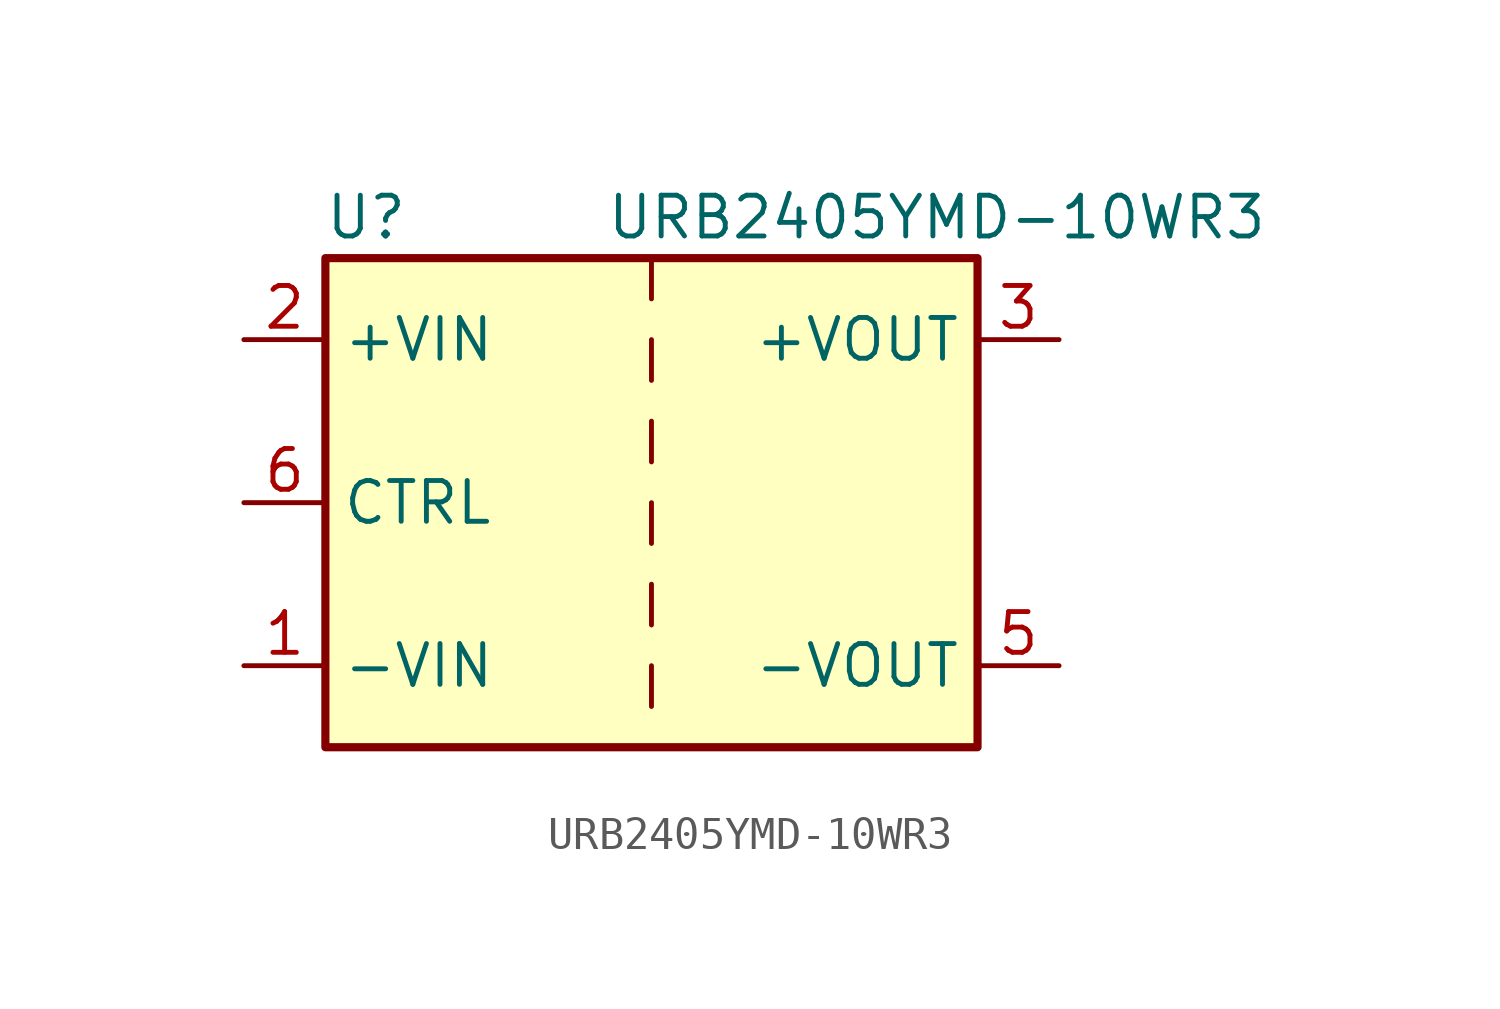
<source format=kicad_sym>
(kicad_symbol_lib
  (version 20241209)
  (generator "kicad_symbol_editor")
  (generator_version "9.0")
  (symbol "URB2405YMD-10WR3"
    (property "Reference" "U"
      (at -8.89 8.89 0)
      (effects (font (size 1.27 1.27))))
    (property "Value" "URB2405YMD-10WR3"
      (at 8.89 8.89 0)
      (effects (font (size 1.27 1.27))))
    (symbol "URB2405YMD-10WR3_0_1"
      (rectangle (start -10.16 7.62) (end 10.16 -7.62) (stroke (width 0.254) (type default)) (fill (type background)))
      (polyline (pts (xy 0 7.62) (xy 0 6.35)) (stroke (width 0) (type default)) (fill (type none)))
      (polyline (pts (xy 0 5.08) (xy 0 3.81)) (stroke (width 0) (type default)) (fill (type none)))
      (polyline (pts (xy 0 2.54) (xy 0 1.27)) (stroke (width 0) (type default)) (fill (type none)))
      (polyline (pts (xy 0 0) (xy 0 -1.27)) (stroke (width 0) (type default)) (fill (type none)))
      (polyline (pts (xy 0 -2.54) (xy 0 -3.81)) (stroke (width 0) (type default)) (fill (type none)))
      (polyline (pts (xy 0 -5.08) (xy 0 -6.35)) (stroke (width 0) (type default)) (fill (type none))))
    (symbol "URB2405YMD-10WR3_1_1"
      (pin power_in line (at -12.7 5.08 0) (length 2.54) (name "+VIN" (effects (font (size 1.27 1.27)))) (number "2" (effects (font (size 1.27 1.27)))))
      (pin input line (at -12.7 0 0) (length 2.54) (name "CTRL" (effects (font (size 1.27 1.27)))) (number "6" (effects (font (size 1.27 1.27)))))
      (pin power_in line (at -12.7 -5.08 0) (length 2.54) (name "-VIN" (effects (font (size 1.27 1.27)))) (number "1" (effects (font (size 1.27 1.27)))))
      (pin power_out line (at 12.7 5.08 180) (length 2.54) (name "+VOUT" (effects (font (size 1.27 1.27)))) (number "3" (effects (font (size 1.27 1.27)))))
      (pin power_out line (at 12.7 -5.08 180) (length 2.54) (name "-VOUT" (effects (font (size 1.27 1.27)))) (number "5" (effects (font (size 1.27 1.27))))))))
</source>
